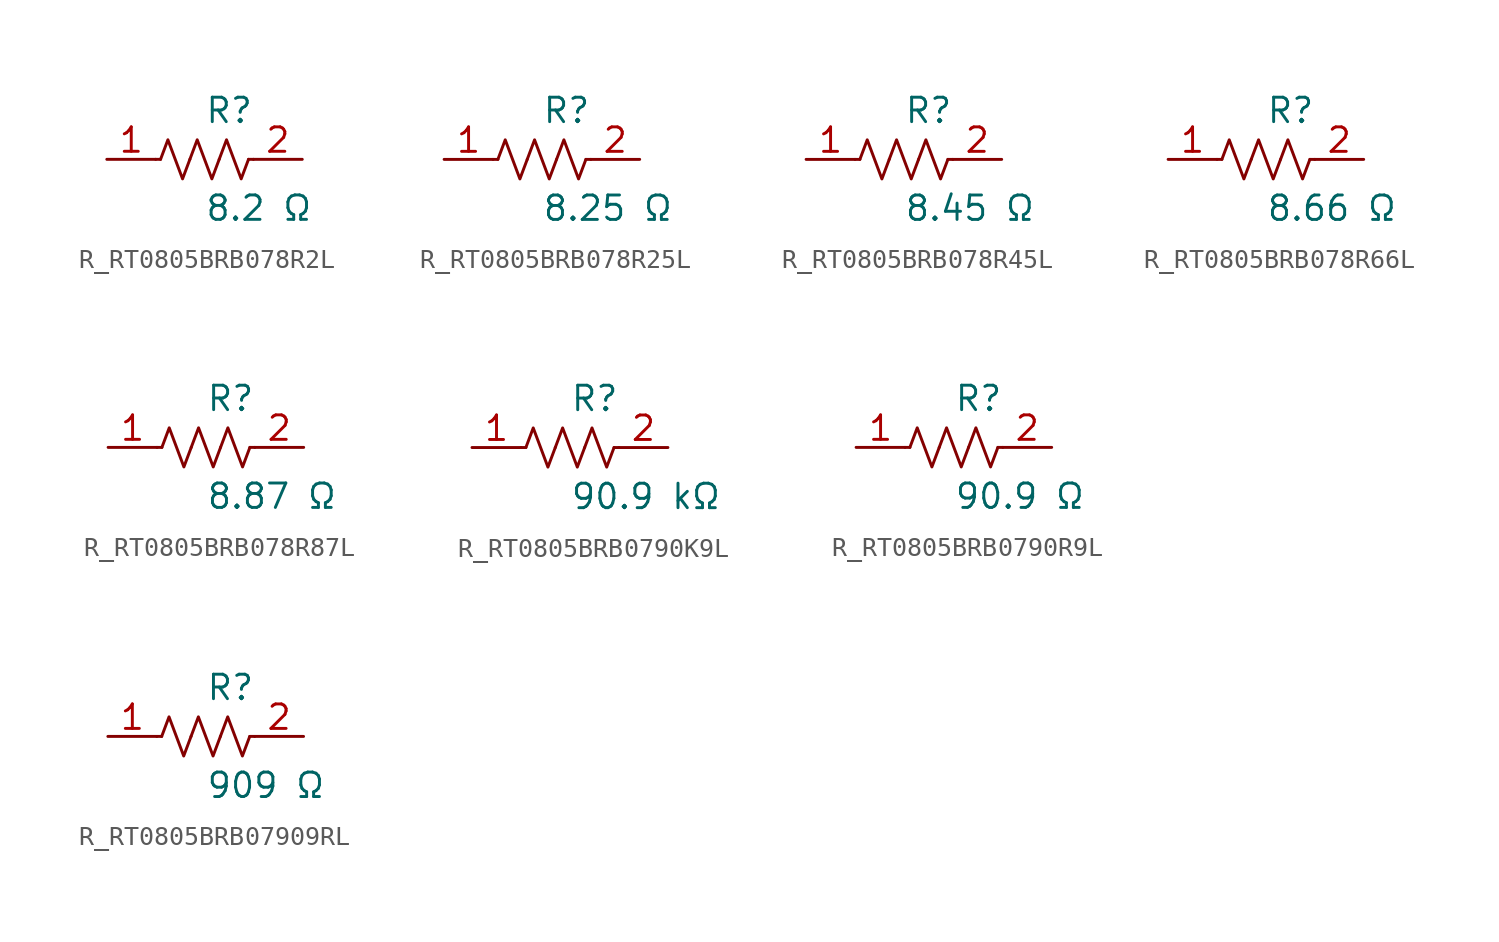
<source format=kicad_sym>
(kicad_symbol_lib
  (version 20231120)
  (generator kicad_symbol_editor)
  (generator_version 8.0)
  (symbol "R_RT0805BRB078R2L"
    (pin_names
      (offset 0.254))
    (property "Reference" "R"
      (at 0 2.54 0)
      (effects (font (size 1.27 1.27)) (justify left)))
    (property "Value" "8.2 Ω"
      (at 0 -2.54 0)
      (effects (font (size 1.27 1.27)) (justify left)))
    (symbol "R_RT0805BRB078R2L_0_1"
      (polyline (pts (xy 2.286 0) (xy 2.54 0)) (stroke (width 0) (type default)) (fill (type none)))
      (polyline (pts (xy -2.286 0) (xy -2.54 0)) (stroke (width 0) (type default)) (fill (type none)))
      (polyline (pts (xy 0.762 0) (xy 1.143 1.016) (xy 1.524 0) (xy 1.905 -1.016) (xy 2.286 0)) (stroke (width 0) (type default)) (fill (type none)))
      (polyline (pts (xy -0.762 0) (xy -0.381 1.016) (xy 0 0) (xy 0.381 -1.016) (xy 0.762 0)) (stroke (width 0) (type default)) (fill (type none)))
      (polyline (pts (xy -2.286 0) (xy -1.905 1.016) (xy -1.524 0) (xy -1.143 -1.016) (xy -0.762 0)) (stroke (width 0) (type default)) (fill (type none))))
    (pin unspecified line
      (at -5.08 0 0)
      (length 2.54)
      (name "" (effects (font (size 1.27 1.27))))
      (number "1" (effects (font (size 1.27 1.27)))))
    (pin unspecified line
      (at 5.08 0 180)
      (length 2.54)
      (name "" (effects (font (size 1.27 1.27))))
      (number "2" (effects (font (size 1.27 1.27))))))
  (symbol "R_RT0805BRB078R25L"
    (pin_names
      (offset 0.254))
    (property "Reference" "R"
      (at 0 2.54 0)
      (effects (font (size 1.27 1.27)) (justify left)))
    (property "Value" "8.25 Ω"
      (at 0 -2.54 0)
      (effects (font (size 1.27 1.27)) (justify left)))
    (symbol "R_RT0805BRB078R25L_0_1"
      (polyline (pts (xy 2.286 0) (xy 2.54 0)) (stroke (width 0) (type default)) (fill (type none)))
      (polyline (pts (xy -2.286 0) (xy -2.54 0)) (stroke (width 0) (type default)) (fill (type none)))
      (polyline (pts (xy 0.762 0) (xy 1.143 1.016) (xy 1.524 0) (xy 1.905 -1.016) (xy 2.286 0)) (stroke (width 0) (type default)) (fill (type none)))
      (polyline (pts (xy -0.762 0) (xy -0.381 1.016) (xy 0 0) (xy 0.381 -1.016) (xy 0.762 0)) (stroke (width 0) (type default)) (fill (type none)))
      (polyline (pts (xy -2.286 0) (xy -1.905 1.016) (xy -1.524 0) (xy -1.143 -1.016) (xy -0.762 0)) (stroke (width 0) (type default)) (fill (type none))))
    (pin unspecified line
      (at -5.08 0 0)
      (length 2.54)
      (name "" (effects (font (size 1.27 1.27))))
      (number "1" (effects (font (size 1.27 1.27)))))
    (pin unspecified line
      (at 5.08 0 180)
      (length 2.54)
      (name "" (effects (font (size 1.27 1.27))))
      (number "2" (effects (font (size 1.27 1.27))))))
  (symbol "R_RT0805BRB078R45L"
    (pin_names
      (offset 0.254))
    (property "Reference" "R"
      (at 0 2.54 0)
      (effects (font (size 1.27 1.27)) (justify left)))
    (property "Value" "8.45 Ω"
      (at 0 -2.54 0)
      (effects (font (size 1.27 1.27)) (justify left)))
    (symbol "R_RT0805BRB078R45L_0_1"
      (polyline (pts (xy 2.286 0) (xy 2.54 0)) (stroke (width 0) (type default)) (fill (type none)))
      (polyline (pts (xy -2.286 0) (xy -2.54 0)) (stroke (width 0) (type default)) (fill (type none)))
      (polyline (pts (xy 0.762 0) (xy 1.143 1.016) (xy 1.524 0) (xy 1.905 -1.016) (xy 2.286 0)) (stroke (width 0) (type default)) (fill (type none)))
      (polyline (pts (xy -0.762 0) (xy -0.381 1.016) (xy 0 0) (xy 0.381 -1.016) (xy 0.762 0)) (stroke (width 0) (type default)) (fill (type none)))
      (polyline (pts (xy -2.286 0) (xy -1.905 1.016) (xy -1.524 0) (xy -1.143 -1.016) (xy -0.762 0)) (stroke (width 0) (type default)) (fill (type none))))
    (pin unspecified line
      (at -5.08 0 0)
      (length 2.54)
      (name "" (effects (font (size 1.27 1.27))))
      (number "1" (effects (font (size 1.27 1.27)))))
    (pin unspecified line
      (at 5.08 0 180)
      (length 2.54)
      (name "" (effects (font (size 1.27 1.27))))
      (number "2" (effects (font (size 1.27 1.27))))))
  (symbol "R_RT0805BRB078R66L"
    (pin_names
      (offset 0.254))
    (property "Reference" "R"
      (at 0 2.54 0)
      (effects (font (size 1.27 1.27)) (justify left)))
    (property "Value" "8.66 Ω"
      (at 0 -2.54 0)
      (effects (font (size 1.27 1.27)) (justify left)))
    (symbol "R_RT0805BRB078R66L_0_1"
      (polyline (pts (xy 2.286 0) (xy 2.54 0)) (stroke (width 0) (type default)) (fill (type none)))
      (polyline (pts (xy -2.286 0) (xy -2.54 0)) (stroke (width 0) (type default)) (fill (type none)))
      (polyline (pts (xy 0.762 0) (xy 1.143 1.016) (xy 1.524 0) (xy 1.905 -1.016) (xy 2.286 0)) (stroke (width 0) (type default)) (fill (type none)))
      (polyline (pts (xy -0.762 0) (xy -0.381 1.016) (xy 0 0) (xy 0.381 -1.016) (xy 0.762 0)) (stroke (width 0) (type default)) (fill (type none)))
      (polyline (pts (xy -2.286 0) (xy -1.905 1.016) (xy -1.524 0) (xy -1.143 -1.016) (xy -0.762 0)) (stroke (width 0) (type default)) (fill (type none))))
    (pin unspecified line
      (at -5.08 0 0)
      (length 2.54)
      (name "" (effects (font (size 1.27 1.27))))
      (number "1" (effects (font (size 1.27 1.27)))))
    (pin unspecified line
      (at 5.08 0 180)
      (length 2.54)
      (name "" (effects (font (size 1.27 1.27))))
      (number "2" (effects (font (size 1.27 1.27))))))
  (symbol "R_RT0805BRB078R87L"
    (pin_names
      (offset 0.254))
    (property "Reference" "R"
      (at 0 2.54 0)
      (effects (font (size 1.27 1.27)) (justify left)))
    (property "Value" "8.87 Ω"
      (at 0 -2.54 0)
      (effects (font (size 1.27 1.27)) (justify left)))
    (symbol "R_RT0805BRB078R87L_0_1"
      (polyline (pts (xy 2.286 0) (xy 2.54 0)) (stroke (width 0) (type default)) (fill (type none)))
      (polyline (pts (xy -2.286 0) (xy -2.54 0)) (stroke (width 0) (type default)) (fill (type none)))
      (polyline (pts (xy 0.762 0) (xy 1.143 1.016) (xy 1.524 0) (xy 1.905 -1.016) (xy 2.286 0)) (stroke (width 0) (type default)) (fill (type none)))
      (polyline (pts (xy -0.762 0) (xy -0.381 1.016) (xy 0 0) (xy 0.381 -1.016) (xy 0.762 0)) (stroke (width 0) (type default)) (fill (type none)))
      (polyline (pts (xy -2.286 0) (xy -1.905 1.016) (xy -1.524 0) (xy -1.143 -1.016) (xy -0.762 0)) (stroke (width 0) (type default)) (fill (type none))))
    (pin unspecified line
      (at -5.08 0 0)
      (length 2.54)
      (name "" (effects (font (size 1.27 1.27))))
      (number "1" (effects (font (size 1.27 1.27)))))
    (pin unspecified line
      (at 5.08 0 180)
      (length 2.54)
      (name "" (effects (font (size 1.27 1.27))))
      (number "2" (effects (font (size 1.27 1.27))))))
  (symbol "R_RT0805BRB0790K9L"
    (pin_names
      (offset 0.254))
    (property "Reference" "R"
      (at 0 2.54 0)
      (effects (font (size 1.27 1.27)) (justify left)))
    (property "Value" "90.9 kΩ"
      (at 0 -2.54 0)
      (effects (font (size 1.27 1.27)) (justify left)))
    (symbol "R_RT0805BRB0790K9L_0_1"
      (polyline (pts (xy 2.286 0) (xy 2.54 0)) (stroke (width 0) (type default)) (fill (type none)))
      (polyline (pts (xy -2.286 0) (xy -2.54 0)) (stroke (width 0) (type default)) (fill (type none)))
      (polyline (pts (xy 0.762 0) (xy 1.143 1.016) (xy 1.524 0) (xy 1.905 -1.016) (xy 2.286 0)) (stroke (width 0) (type default)) (fill (type none)))
      (polyline (pts (xy -0.762 0) (xy -0.381 1.016) (xy 0 0) (xy 0.381 -1.016) (xy 0.762 0)) (stroke (width 0) (type default)) (fill (type none)))
      (polyline (pts (xy -2.286 0) (xy -1.905 1.016) (xy -1.524 0) (xy -1.143 -1.016) (xy -0.762 0)) (stroke (width 0) (type default)) (fill (type none))))
    (pin unspecified line
      (at -5.08 0 0)
      (length 2.54)
      (name "" (effects (font (size 1.27 1.27))))
      (number "1" (effects (font (size 1.27 1.27)))))
    (pin unspecified line
      (at 5.08 0 180)
      (length 2.54)
      (name "" (effects (font (size 1.27 1.27))))
      (number "2" (effects (font (size 1.27 1.27))))))
  (symbol "R_RT0805BRB0790R9L"
    (pin_names
      (offset 0.254))
    (property "Reference" "R"
      (at 0 2.54 0)
      (effects (font (size 1.27 1.27)) (justify left)))
    (property "Value" "90.9 Ω"
      (at 0 -2.54 0)
      (effects (font (size 1.27 1.27)) (justify left)))
    (symbol "R_RT0805BRB0790R9L_0_1"
      (polyline (pts (xy 2.286 0) (xy 2.54 0)) (stroke (width 0) (type default)) (fill (type none)))
      (polyline (pts (xy -2.286 0) (xy -2.54 0)) (stroke (width 0) (type default)) (fill (type none)))
      (polyline (pts (xy 0.762 0) (xy 1.143 1.016) (xy 1.524 0) (xy 1.905 -1.016) (xy 2.286 0)) (stroke (width 0) (type default)) (fill (type none)))
      (polyline (pts (xy -0.762 0) (xy -0.381 1.016) (xy 0 0) (xy 0.381 -1.016) (xy 0.762 0)) (stroke (width 0) (type default)) (fill (type none)))
      (polyline (pts (xy -2.286 0) (xy -1.905 1.016) (xy -1.524 0) (xy -1.143 -1.016) (xy -0.762 0)) (stroke (width 0) (type default)) (fill (type none))))
    (pin unspecified line
      (at -5.08 0 0)
      (length 2.54)
      (name "" (effects (font (size 1.27 1.27))))
      (number "1" (effects (font (size 1.27 1.27)))))
    (pin unspecified line
      (at 5.08 0 180)
      (length 2.54)
      (name "" (effects (font (size 1.27 1.27))))
      (number "2" (effects (font (size 1.27 1.27))))))
  (symbol "R_RT0805BRB07909RL"
    (pin_names
      (offset 0.254))
    (property "Reference" "R"
      (at 0 2.54 0)
      (effects (font (size 1.27 1.27)) (justify left)))
    (property "Value" "909 Ω"
      (at 0 -2.54 0)
      (effects (font (size 1.27 1.27)) (justify left)))
    (symbol "R_RT0805BRB07909RL_0_1"
      (polyline (pts (xy 2.286 0) (xy 2.54 0)) (stroke (width 0) (type default)) (fill (type none)))
      (polyline (pts (xy -2.286 0) (xy -2.54 0)) (stroke (width 0) (type default)) (fill (type none)))
      (polyline (pts (xy 0.762 0) (xy 1.143 1.016) (xy 1.524 0) (xy 1.905 -1.016) (xy 2.286 0)) (stroke (width 0) (type default)) (fill (type none)))
      (polyline (pts (xy -0.762 0) (xy -0.381 1.016) (xy 0 0) (xy 0.381 -1.016) (xy 0.762 0)) (stroke (width 0) (type default)) (fill (type none)))
      (polyline (pts (xy -2.286 0) (xy -1.905 1.016) (xy -1.524 0) (xy -1.143 -1.016) (xy -0.762 0)) (stroke (width 0) (type default)) (fill (type none))))
    (pin unspecified line
      (at -5.08 0 0)
      (length 2.54)
      (name "" (effects (font (size 1.27 1.27))))
      (number "1" (effects (font (size 1.27 1.27)))))
    (pin unspecified line
      (at 5.08 0 180)
      (length 2.54)
      (name "" (effects (font (size 1.27 1.27))))
      (number "2" (effects (font (size 1.27 1.27)))))))
</source>
